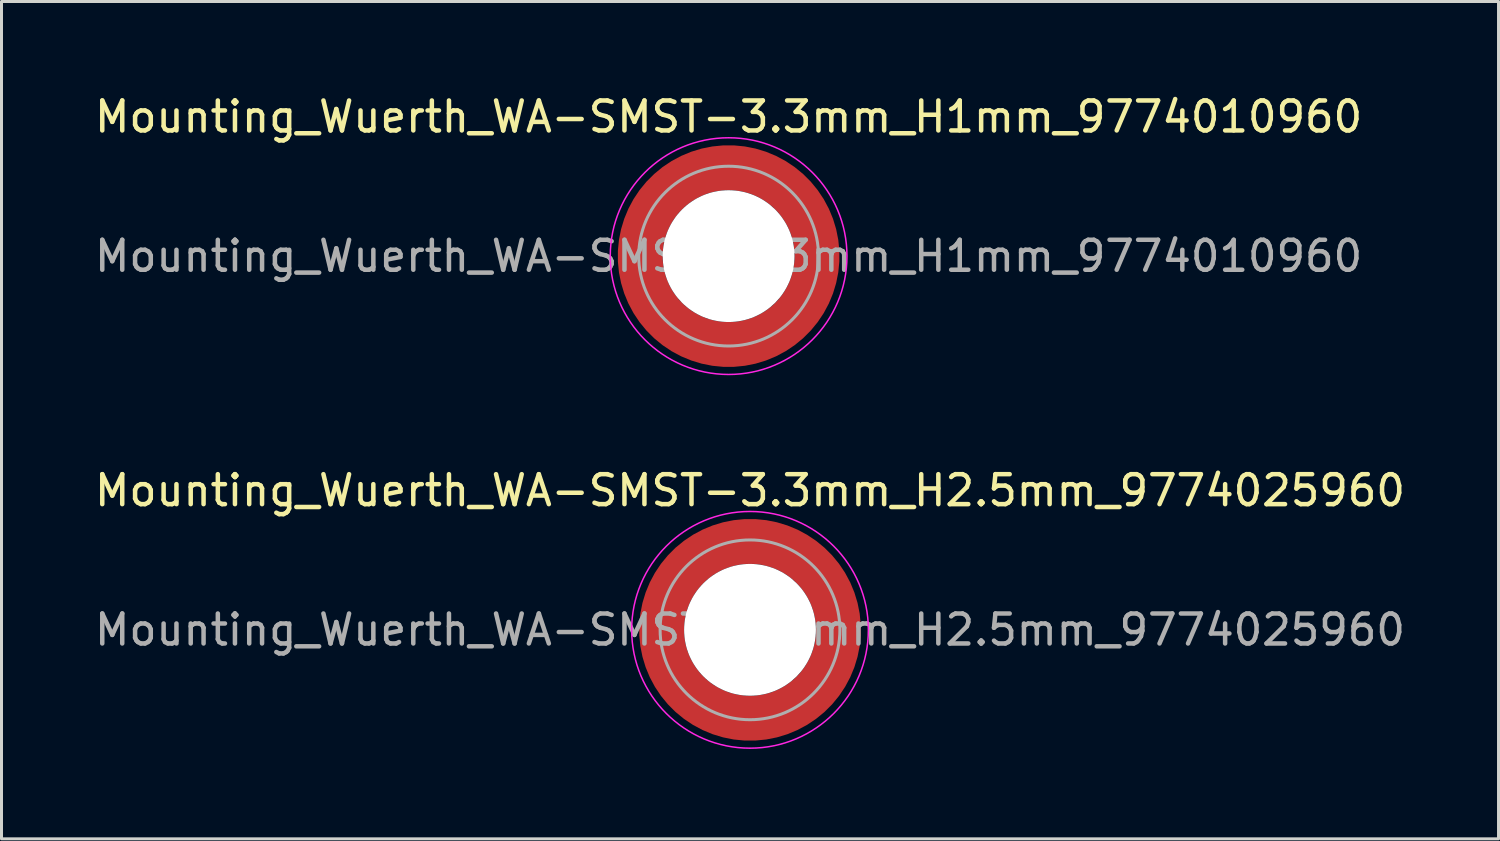
<source format=kicad_pcb>
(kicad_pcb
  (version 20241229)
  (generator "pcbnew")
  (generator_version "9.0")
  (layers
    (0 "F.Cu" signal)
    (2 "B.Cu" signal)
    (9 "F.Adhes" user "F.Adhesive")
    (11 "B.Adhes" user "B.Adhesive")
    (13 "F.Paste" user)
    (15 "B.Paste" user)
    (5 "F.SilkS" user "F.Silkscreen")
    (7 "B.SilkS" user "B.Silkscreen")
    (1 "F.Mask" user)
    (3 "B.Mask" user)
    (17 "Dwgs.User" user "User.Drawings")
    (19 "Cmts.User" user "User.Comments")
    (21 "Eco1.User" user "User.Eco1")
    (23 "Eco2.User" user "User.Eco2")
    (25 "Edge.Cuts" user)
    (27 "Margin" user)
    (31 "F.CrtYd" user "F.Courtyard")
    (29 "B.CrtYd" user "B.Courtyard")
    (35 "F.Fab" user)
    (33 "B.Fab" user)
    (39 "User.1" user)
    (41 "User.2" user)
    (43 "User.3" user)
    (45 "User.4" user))
  (footprint "Mounting_Wuerth_WA-SMST-3.3mm_H1mm_9774010960"
    (layer "F.Cu")
    (at 21.268 5.498)
    (property "Reference" "Mounting_Wuerth_WA-SMST-3.3mm_H1mm_9774010960" (at 0 -4.65 0) (layer "F.SilkS") (effects (font (size 1 1) (thickness 0.15))))
    (attr smd)
    (fp_circle (center 0 0) (end 3.95 0) (stroke (width 0.05) (type solid)) (fill no) (layer "F.CrtYd"))
    (fp_circle (center 0 0) (end 3 0) (stroke (width 0.1) (type solid)) (fill no) (layer "F.Fab"))
    (fp_text user "${REFERENCE}" (at 0 0 0) (layer "F.Fab") (effects (font (size 1 1) (thickness 0.15))))
    (pad "" smd custom (at -2.058 -2.058) (size 0.7 0.7) (layers "F.Paste") (options (anchor circle)) (primitives (gr_arc (start -0.377294 1.707681) (mid 0.317579 0.318817) (end 1.705947 -0.377044) (width 0.2)) (gr_arc (start -0.478281 1.707681) (mid 0.246161 0.248814) (end 1.703965 -0.477765) (width 0.2)) (gr_arc (start -0.579192 1.707681) (mid 0.175492 0.178063) (end 1.704077 -0.578711) (width 0.2)) (gr_arc (start -0.680037 1.707681) (mid 0.105568 0.106564) (end 1.706284 -0.679858) (width 0.2)) (gr_arc (start -0.780822 1.707681) (mid 0.034627 0.036085) (end 1.705634 -0.780569) (width 0.2)) (gr_arc (start -0.881554 1.707681) (mid -0.035694 -0.035016) (end 1.706729 -0.881441) (width 0.2)) (gr_arc (start -0.982237 1.707681) (mid -0.107281 -0.10485) (end 1.704266 -0.981842) (width 0.2)) (gr_arc (start -1.082877 1.707681) (mid -0.178372 -0.175181) (end 1.703197 -1.082374) (width 0.2)) (gr_arc (start -1.183476 1.707681) (mid -0.248964 -0.246008) (end 1.703525 -1.183025) (width 0.2)) (gr_arc (start -1.28404 1.707681) (mid -0.319062 -0.317333) (end 1.70525 -1.283784) (width 0.2)) (gr_line (start 1.708 -0.377) (end 1.708 -1.284) (width 0.2)) (gr_line (start -0.377 1.708) (end -1.284 1.708) (width 0.2))))
    (pad "" smd custom (at -2.058 2.058) (size 0.7 0.7) (layers "F.Paste") (options (anchor circle)) (primitives (gr_arc (start 1.707681 0.377294) (mid 0.318817 -0.317579) (end -0.377044 -1.705947) (width 0.2)) (gr_arc (start 1.707681 0.478281) (mid 0.248814 -0.246161) (end -0.477765 -1.703965) (width 0.2)) (gr_arc (start 1.707681 0.579192) (mid 0.178063 -0.175492) (end -0.578711 -1.704077) (width 0.2)) (gr_arc (start 1.707681 0.680037) (mid 0.106564 -0.105568) (end -0.679858 -1.706284) (width 0.2)) (gr_arc (start 1.707681 0.780822) (mid 0.036085 -0.034627) (end -0.780569 -1.705634) (width 0.2)) (gr_arc (start 1.707681 0.881554) (mid -0.035016 0.035694) (end -0.881441 -1.706729) (width 0.2)) (gr_arc (start 1.707681 0.982237) (mid -0.10485 0.107281) (end -0.981842 -1.704266) (width 0.2)) (gr_arc (start 1.707681 1.082877) (mid -0.175181 0.178372) (end -1.082374 -1.703197) (width 0.2)) (gr_arc (start 1.707681 1.183476) (mid -0.246008 0.248964) (end -1.183025 -1.703525) (width 0.2)) (gr_arc (start 1.707681 1.28404) (mid -0.317333 0.319062) (end -1.283784 -1.70525) (width 0.2)) (gr_line (start -0.377 -1.708) (end -1.284 -1.708) (width 0.2)) (gr_line (start 1.708 0.377) (end 1.708 1.284) (width 0.2))))
    (pad "" np_thru_hole circle (at 0 0) (size 4.4 4.4) (drill 4.4) (layers "*.Cu" "*.Mask"))
    (pad "" smd custom (at 2.058 -2.058) (size 0.7 0.7) (layers "F.Paste") (options (anchor circle)) (primitives (gr_arc (start -1.707681 -0.377294) (mid -0.318817 0.317579) (end 0.377044 1.705947) (width 0.2)) (gr_arc (start -1.707681 -0.478281) (mid -0.248814 0.246161) (end 0.477765 1.703965) (width 0.2)) (gr_arc (start -1.707681 -0.579192) (mid -0.178063 0.175492) (end 0.578711 1.704077) (width 0.2)) (gr_arc (start -1.707681 -0.680037) (mid -0.106564 0.105568) (end 0.679858 1.706284) (width 0.2)) (gr_arc (start -1.707681 -0.780822) (mid -0.036085 0.034627) (end 0.780569 1.705634) (width 0.2)) (gr_arc (start -1.707681 -0.881554) (mid 0.035016 -0.035694) (end 0.881441 1.706729) (width 0.2)) (gr_arc (start -1.707681 -0.982237) (mid 0.10485 -0.107281) (end 0.981842 1.704266) (width 0.2)) (gr_arc (start -1.707681 -1.082877) (mid 0.175181 -0.178372) (end 1.082374 1.703197) (width 0.2)) (gr_arc (start -1.707681 -1.183476) (mid 0.246008 -0.248964) (end 1.183025 1.703525) (width 0.2)) (gr_arc (start -1.707681 -1.28404) (mid 0.317333 -0.319062) (end 1.283784 1.70525) (width 0.2)) (gr_line (start 0.377 1.708) (end 1.284 1.708) (width 0.2)) (gr_line (start -1.708 -0.377) (end -1.708 -1.284) (width 0.2))))
    (pad "" smd custom (at 2.058 2.058) (size 0.7 0.7) (layers "F.Paste") (options (anchor circle)) (primitives (gr_arc (start 0.377294 -1.707681) (mid -0.317579 -0.318817) (end -1.705947 0.377044) (width 0.2)) (gr_arc (start 0.478281 -1.707681) (mid -0.246161 -0.248814) (end -1.703965 0.477765) (width 0.2)) (gr_arc (start 0.579192 -1.707681) (mid -0.175492 -0.178063) (end -1.704077 0.578711) (width 0.2)) (gr_arc (start 0.680037 -1.707681) (mid -0.105568 -0.106564) (end -1.706284 0.679858) (width 0.2)) (gr_arc (start 0.780822 -1.707681) (mid -0.034627 -0.036085) (end -1.705634 0.780569) (width 0.2)) (gr_arc (start 0.881554 -1.707681) (mid 0.035694 0.035016) (end -1.706729 0.881441) (width 0.2)) (gr_arc (start 0.982237 -1.707681) (mid 0.107281 0.10485) (end -1.704266 0.981842) (width 0.2)) (gr_arc (start 1.082877 -1.707681) (mid 0.178372 0.175181) (end -1.703197 1.082374) (width 0.2)) (gr_arc (start 1.183476 -1.707681) (mid 0.248964 0.246008) (end -1.703525 1.183025) (width 0.2)) (gr_arc (start 1.28404 -1.707681) (mid 0.319062 0.317333) (end -1.70525 1.283784) (width 0.2)) (gr_line (start -1.708 0.377) (end -1.708 1.284) (width 0.2)) (gr_line (start 0.377 -1.708) (end 1.284 -1.708) (width 0.2))))
    (pad "1" smd circle (at -2.95 0) (size 1.1 1.1) (layers "F.Cu"))
    (pad "1" smd circle (at 0 -2.95) (size 1.1 1.1) (layers "F.Cu"))
    (pad "1" smd circle (at 0 2.95) (size 1.1 1.1) (layers "F.Cu"))
    (pad "1" smd custom (at 2.95 0) (size 1.1 1.1) (layers "F.Cu" "F.Mask") (options (anchor circle)) (primitives (gr_circle (center -2.95 0) (end 0 0) (width 1.5) (fill no)))))
  (footprint "Mounting_Wuerth_WA-SMST-3.3mm_H2.5mm_9774025960"
    (layer "F.Cu")
    (at 21.982 17.971)
    (property "Reference" "Mounting_Wuerth_WA-SMST-3.3mm_H2.5mm_9774025960" (at 0 -4.65 0) (layer "F.SilkS") (effects (font (size 1 1) (thickness 0.15))))
    (attr smd)
    (fp_circle (center 0 0) (end 3.95 0) (stroke (width 0.05) (type solid)) (fill no) (layer "F.CrtYd"))
    (fp_circle (center 0 0) (end 3 0) (stroke (width 0.1) (type solid)) (fill no) (layer "F.Fab"))
    (fp_text user "${REFERENCE}" (at 0 0 0) (layer "F.Fab") (effects (font (size 1 1) (thickness 0.15))))
    (pad "" smd custom (at -2.058 -2.058) (size 0.7 0.7) (layers "F.Paste") (options (anchor circle)) (primitives (gr_arc (start -0.377294 1.707681) (mid 0.317579 0.318817) (end 1.705947 -0.377044) (width 0.2)) (gr_arc (start -0.478281 1.707681) (mid 0.246161 0.248814) (end 1.703965 -0.477765) (width 0.2)) (gr_arc (start -0.579192 1.707681) (mid 0.175492 0.178063) (end 1.704077 -0.578711) (width 0.2)) (gr_arc (start -0.680037 1.707681) (mid 0.105568 0.106564) (end 1.706284 -0.679858) (width 0.2)) (gr_arc (start -0.780822 1.707681) (mid 0.034627 0.036085) (end 1.705634 -0.780569) (width 0.2)) (gr_arc (start -0.881554 1.707681) (mid -0.035694 -0.035016) (end 1.706729 -0.881441) (width 0.2)) (gr_arc (start -0.982237 1.707681) (mid -0.107281 -0.10485) (end 1.704266 -0.981842) (width 0.2)) (gr_arc (start -1.082877 1.707681) (mid -0.178372 -0.175181) (end 1.703197 -1.082374) (width 0.2)) (gr_arc (start -1.183476 1.707681) (mid -0.248964 -0.246008) (end 1.703525 -1.183025) (width 0.2)) (gr_arc (start -1.28404 1.707681) (mid -0.319062 -0.317333) (end 1.70525 -1.283784) (width 0.2)) (gr_line (start 1.708 -0.377) (end 1.708 -1.284) (width 0.2)) (gr_line (start -0.377 1.708) (end -1.284 1.708) (width 0.2))))
    (pad "" smd custom (at -2.058 2.058) (size 0.7 0.7) (layers "F.Paste") (options (anchor circle)) (primitives (gr_arc (start 1.707681 0.377294) (mid 0.318817 -0.317579) (end -0.377044 -1.705947) (width 0.2)) (gr_arc (start 1.707681 0.478281) (mid 0.248814 -0.246161) (end -0.477765 -1.703965) (width 0.2)) (gr_arc (start 1.707681 0.579192) (mid 0.178063 -0.175492) (end -0.578711 -1.704077) (width 0.2)) (gr_arc (start 1.707681 0.680037) (mid 0.106564 -0.105568) (end -0.679858 -1.706284) (width 0.2)) (gr_arc (start 1.707681 0.780822) (mid 0.036085 -0.034627) (end -0.780569 -1.705634) (width 0.2)) (gr_arc (start 1.707681 0.881554) (mid -0.035016 0.035694) (end -0.881441 -1.706729) (width 0.2)) (gr_arc (start 1.707681 0.982237) (mid -0.10485 0.107281) (end -0.981842 -1.704266) (width 0.2)) (gr_arc (start 1.707681 1.082877) (mid -0.175181 0.178372) (end -1.082374 -1.703197) (width 0.2)) (gr_arc (start 1.707681 1.183476) (mid -0.246008 0.248964) (end -1.183025 -1.703525) (width 0.2)) (gr_arc (start 1.707681 1.28404) (mid -0.317333 0.319062) (end -1.283784 -1.70525) (width 0.2)) (gr_line (start -0.377 -1.708) (end -1.284 -1.708) (width 0.2)) (gr_line (start 1.708 0.377) (end 1.708 1.284) (width 0.2))))
    (pad "" np_thru_hole circle (at 0 0) (size 4.4 4.4) (drill 4.4) (layers "*.Cu" "*.Mask"))
    (pad "" smd custom (at 2.058 -2.058) (size 0.7 0.7) (layers "F.Paste") (options (anchor circle)) (primitives (gr_arc (start -1.707681 -0.377294) (mid -0.318817 0.317579) (end 0.377044 1.705947) (width 0.2)) (gr_arc (start -1.707681 -0.478281) (mid -0.248814 0.246161) (end 0.477765 1.703965) (width 0.2)) (gr_arc (start -1.707681 -0.579192) (mid -0.178063 0.175492) (end 0.578711 1.704077) (width 0.2)) (gr_arc (start -1.707681 -0.680037) (mid -0.106564 0.105568) (end 0.679858 1.706284) (width 0.2)) (gr_arc (start -1.707681 -0.780822) (mid -0.036085 0.034627) (end 0.780569 1.705634) (width 0.2)) (gr_arc (start -1.707681 -0.881554) (mid 0.035016 -0.035694) (end 0.881441 1.706729) (width 0.2)) (gr_arc (start -1.707681 -0.982237) (mid 0.10485 -0.107281) (end 0.981842 1.704266) (width 0.2)) (gr_arc (start -1.707681 -1.082877) (mid 0.175181 -0.178372) (end 1.082374 1.703197) (width 0.2)) (gr_arc (start -1.707681 -1.183476) (mid 0.246008 -0.248964) (end 1.183025 1.703525) (width 0.2)) (gr_arc (start -1.707681 -1.28404) (mid 0.317333 -0.319062) (end 1.283784 1.70525) (width 0.2)) (gr_line (start 0.377 1.708) (end 1.284 1.708) (width 0.2)) (gr_line (start -1.708 -0.377) (end -1.708 -1.284) (width 0.2))))
    (pad "" smd custom (at 2.058 2.058) (size 0.7 0.7) (layers "F.Paste") (options (anchor circle)) (primitives (gr_arc (start 0.377294 -1.707681) (mid -0.317579 -0.318817) (end -1.705947 0.377044) (width 0.2)) (gr_arc (start 0.478281 -1.707681) (mid -0.246161 -0.248814) (end -1.703965 0.477765) (width 0.2)) (gr_arc (start 0.579192 -1.707681) (mid -0.175492 -0.178063) (end -1.704077 0.578711) (width 0.2)) (gr_arc (start 0.680037 -1.707681) (mid -0.105568 -0.106564) (end -1.706284 0.679858) (width 0.2)) (gr_arc (start 0.780822 -1.707681) (mid -0.034627 -0.036085) (end -1.705634 0.780569) (width 0.2)) (gr_arc (start 0.881554 -1.707681) (mid 0.035694 0.035016) (end -1.706729 0.881441) (width 0.2)) (gr_arc (start 0.982237 -1.707681) (mid 0.107281 0.10485) (end -1.704266 0.981842) (width 0.2)) (gr_arc (start 1.082877 -1.707681) (mid 0.178372 0.175181) (end -1.703197 1.082374) (width 0.2)) (gr_arc (start 1.183476 -1.707681) (mid 0.248964 0.246008) (end -1.703525 1.183025) (width 0.2)) (gr_arc (start 1.28404 -1.707681) (mid 0.319062 0.317333) (end -1.70525 1.283784) (width 0.2)) (gr_line (start -1.708 0.377) (end -1.708 1.284) (width 0.2)) (gr_line (start 0.377 -1.708) (end 1.284 -1.708) (width 0.2))))
    (pad "1" smd circle (at -2.95 0) (size 1.1 1.1) (layers "F.Cu"))
    (pad "1" smd circle (at 0 -2.95) (size 1.1 1.1) (layers "F.Cu"))
    (pad "1" smd circle (at 0 2.95) (size 1.1 1.1) (layers "F.Cu"))
    (pad "1" smd custom (at 2.95 0) (size 1.1 1.1) (layers "F.Cu" "F.Mask") (options (anchor circle)) (primitives (gr_circle (center -2.95 0) (end 0 0) (width 1.5) (fill no)))))
  (gr_rect
    (start -3 -3)
    (end 46.964 24.947)
    (stroke (width 0.1) (type default))
    (fill no)
    (layer "Edge.Cuts")))
</source>
